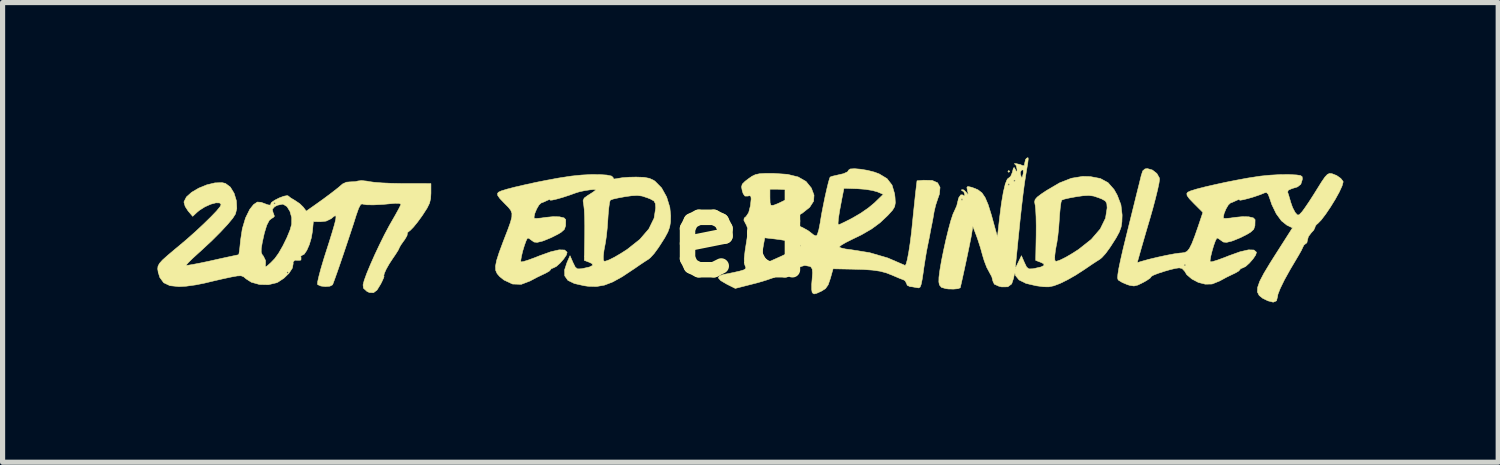
<source format=kicad_pcb>
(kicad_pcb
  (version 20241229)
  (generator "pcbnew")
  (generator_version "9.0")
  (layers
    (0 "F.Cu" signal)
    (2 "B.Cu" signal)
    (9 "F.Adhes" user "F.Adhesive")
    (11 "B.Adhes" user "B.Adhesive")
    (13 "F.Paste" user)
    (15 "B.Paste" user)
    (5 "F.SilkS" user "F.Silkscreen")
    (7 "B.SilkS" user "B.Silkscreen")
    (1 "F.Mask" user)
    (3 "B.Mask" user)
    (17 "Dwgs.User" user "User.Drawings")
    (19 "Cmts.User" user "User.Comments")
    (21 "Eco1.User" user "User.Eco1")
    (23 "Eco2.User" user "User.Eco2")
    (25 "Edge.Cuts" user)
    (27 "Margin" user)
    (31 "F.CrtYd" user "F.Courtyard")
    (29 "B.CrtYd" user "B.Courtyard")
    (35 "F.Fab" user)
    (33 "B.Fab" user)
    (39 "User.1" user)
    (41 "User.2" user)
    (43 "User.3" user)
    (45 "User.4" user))
  (footprint "ed"
    (layer "F.Cu")
    (at 11.321 1.486)
    (property "Reference" "ed" (at 0 0 0) (layer "F.SilkS") (effects (font (size 1.524 1.524) (thickness 0.3))))
    (attr through_hole)
    (fp_poly (pts (xy 5.189 -1.216) (xy 5.171 -1.197) (xy 5.153 -1.216) (xy 5.171 -1.234) (xy 5.189 -1.216)) (stroke (width 0.01) (type solid)) (fill yes) (layer "F.SilkS"))
    (fp_poly (pts (xy -2.751 -1.154) (xy -2.616 -1.145) (xy -2.526 -1.126) (xy -2.495 -1.099) (xy -2.495 -1.097) (xy -2.482 -1.068) (xy -2.416 -1.075) (xy -2.404 -1.079) (xy -2.317 -1.093) (xy -2.186 -1.103) (xy -2.05 -1.106) (xy -1.897 -1.101) (xy -1.791 -1.081) (xy -1.708 -1.043) (xy -1.681 -1.024) (xy -1.555 -0.896) (xy -1.457 -0.72) (xy -1.395 -0.518) (xy -1.379 -0.355) (xy -1.382 -0.237) (xy -1.398 -0.139) (xy -1.433 -0.042) (xy -1.494 0.071) (xy -1.589 0.22) (xy -1.623 0.271) (xy -1.699 0.375) (xy -1.773 0.456) (xy -1.81 0.486) (xy -1.875 0.527) (xy -1.977 0.595) (xy -2.094 0.676) (xy -2.095 0.676) (xy -2.316 0.823) (xy -2.5 0.925) (xy -2.661 0.987) (xy -2.815 1.014) (xy -2.975 1.01) (xy -3.054 0.999) (xy -3.245 0.956) (xy -3.37 0.895) (xy -3.431 0.808) (xy -3.434 0.692) (xy -3.388 0.552) (xy -3.329 0.417) (xy -3.27 0.553) (xy -3.227 0.639) (xy -3.184 0.673) (xy -3.112 0.671) (xy -3.084 0.666) (xy -2.951 0.636) (xy -2.89 0.605) (xy -2.899 0.573) (xy -2.95 0.547) (xy -3.052 0.508) (xy -3.051 0.445) (xy -2.684 0.445) (xy -2.682 0.509) (xy -2.658 0.528) (xy -2.595 0.508) (xy -2.56 0.493) (xy -2.465 0.445) (xy -2.339 0.371) (xy -2.222 0.296) (xy -1.976 0.101) (xy -1.802 -0.101) (xy -1.7 -0.31) (xy -1.669 -0.508) (xy -1.675 -0.592) (xy -1.703 -0.643) (xy -1.773 -0.682) (xy -1.832 -0.705) (xy -1.931 -0.738) (xy -2.023 -0.75) (xy -2.136 -0.744) (xy -2.258 -0.727) (xy -2.39 -0.703) (xy -2.493 -0.68) (xy -2.547 -0.66) (xy -2.549 -0.659) (xy -2.563 -0.613) (xy -2.577 -0.512) (xy -2.59 -0.374) (xy -2.595 -0.295) (xy -2.607 -0.125) (xy -2.624 0.037) (xy -2.642 0.162) (xy -2.648 0.193) (xy -2.671 0.315) (xy -2.684 0.426) (xy -2.684 0.445) (xy -3.051 0.445) (xy -3.044 0.027) (xy -3.043 -0.163) (xy -3.046 -0.338) (xy -3.053 -0.477) (xy -3.063 -0.565) (xy -3.064 -0.57) (xy -3.076 -0.648) (xy -3.054 -0.699) (xy -2.985 -0.75) (xy -2.961 -0.764) (xy -2.88 -0.816) (xy -2.834 -0.853) (xy -2.83 -0.859) (xy -2.862 -0.866) (xy -2.94 -0.859) (xy -3.041 -0.844) (xy -3.141 -0.823) (xy -3.211 -0.802) (xy -3.339 -0.756) (xy -3.47 -0.713) (xy -3.587 -0.68) (xy -3.674 -0.66) (xy -3.714 -0.658) (xy -3.714 -0.662) (xy -3.723 -0.674) (xy -3.761 -0.658) (xy -3.847 -0.619) (xy -3.888 -0.604) (xy -3.93 -0.565) (xy -3.975 -0.488) (xy -4.011 -0.401) (xy -4.026 -0.33) (xy -4.02 -0.307) (xy -3.979 -0.304) (xy -3.889 -0.312) (xy -3.802 -0.325) (xy -3.656 -0.339) (xy -3.532 -0.336) (xy -3.444 -0.315) (xy -3.412 -0.281) (xy -3.414 -0.165) (xy -3.438 -0.093) (xy -3.5 -0.037) (xy -3.565 0.002) (xy -3.694 0.067) (xy -3.827 0.122) (xy -3.863 0.135) (xy -3.963 0.159) (xy -4.025 0.153) (xy -4.072 0.12) (xy -4.127 0.08) (xy -4.152 0.076) (xy -4.179 0.127) (xy -4.212 0.217) (xy -4.245 0.326) (xy -4.27 0.431) (xy -4.283 0.509) (xy -4.279 0.538) (xy -4.232 0.531) (xy -4.135 0.501) (xy -4.004 0.453) (xy -3.917 0.418) (xy -3.701 0.341) (xy -3.54 0.304) (xy -3.433 0.307) (xy -3.385 0.35) (xy -3.399 0.403) (xy -3.451 0.48) (xy -3.522 0.561) (xy -3.595 0.626) (xy -3.65 0.653) (xy -3.65 0.653) (xy -3.696 0.671) (xy -3.701 0.684) (xy -3.731 0.716) (xy -3.807 0.759) (xy -3.837 0.773) (xy -3.965 0.834) (xy -4.092 0.901) (xy -4.1 0.906) (xy -4.273 0.972) (xy -4.443 0.966) (xy -4.609 0.888) (xy -4.692 0.821) (xy -4.741 0.764) (xy -4.769 0.701) (xy -4.772 0.619) (xy -4.75 0.507) (xy -4.701 0.354) (xy -4.624 0.147) (xy -4.609 0.108) (xy -4.533 -0.088) (xy -4.482 -0.23) (xy -4.456 -0.331) (xy -4.454 -0.404) (xy -4.477 -0.463) (xy -4.523 -0.521) (xy -4.593 -0.592) (xy -4.597 -0.596) (xy -4.687 -0.69) (xy -4.729 -0.749) (xy -4.733 -0.789) (xy -4.714 -0.813) (xy -4.66 -0.838) (xy -4.546 -0.873) (xy -4.387 -0.914) (xy -4.196 -0.958) (xy -3.985 -1.004) (xy -3.767 -1.047) (xy -3.556 -1.086) (xy -3.363 -1.116) (xy -3.302 -1.125) (xy -3.107 -1.145) (xy -2.919 -1.155) (xy -2.751 -1.154)) (stroke (width 0.01) (type solid)) (fill yes) (layer "F.SilkS"))
    (fp_poly (pts (xy 7.954 -1.242) (xy 8.04 -1.174) (xy 8.088 -1.089) (xy 8.091 -1.061) (xy 8.081 -0.989) (xy 8.054 -0.861) (xy 8.013 -0.694) (xy 7.962 -0.501) (xy 7.904 -0.297) (xy 7.875 -0.2) (xy 7.823 -0.023) (xy 7.767 0.171) (xy 7.729 0.303) (xy 7.659 0.552) (xy 7.739 0.528) (xy 7.882 0.488) (xy 8.049 0.448) (xy 8.22 0.411) (xy 8.373 0.382) (xy 8.487 0.366) (xy 8.519 0.364) (xy 8.577 0.357) (xy 8.626 0.332) (xy 8.67 0.278) (xy 8.717 0.185) (xy 8.772 0.044) (xy 8.842 -0.156) (xy 8.851 -0.183) (xy 8.931 -0.421) (xy 8.759 -0.593) (xy 8.668 -0.688) (xy 8.625 -0.748) (xy 8.62 -0.788) (xy 8.639 -0.813) (xy 8.694 -0.838) (xy 8.807 -0.873) (xy 8.966 -0.914) (xy 9.157 -0.958) (xy 9.368 -1.004) (xy 9.586 -1.047) (xy 9.797 -1.086) (xy 9.99 -1.116) (xy 10.051 -1.125) (xy 10.236 -1.143) (xy 10.433 -1.154) (xy 10.602 -1.155) (xy 10.614 -1.154) (xy 10.746 -1.147) (xy 10.821 -1.136) (xy 10.853 -1.115) (xy 10.858 -1.078) (xy 10.855 -1.052) (xy 10.828 -0.967) (xy 10.764 -0.916) (xy 10.657 -0.883) (xy 10.585 -0.852) (xy 10.573 -0.814) (xy 10.594 -0.75) (xy 10.623 -0.651) (xy 10.629 -0.627) (xy 10.668 -0.516) (xy 10.715 -0.426) (xy 10.722 -0.416) (xy 10.762 -0.372) (xy 10.795 -0.374) (xy 10.845 -0.426) (xy 10.859 -0.443) (xy 10.912 -0.516) (xy 10.991 -0.632) (xy 11.082 -0.774) (xy 11.14 -0.867) (xy 11.231 -1.013) (xy 11.295 -1.106) (xy 11.343 -1.157) (xy 11.384 -1.176) (xy 11.428 -1.172) (xy 11.43 -1.172) (xy 11.522 -1.136) (xy 11.602 -1.08) (xy 11.646 -1.023) (xy 11.648 -1.011) (xy 11.627 -0.934) (xy 11.573 -0.816) (xy 11.495 -0.675) (xy 11.403 -0.526) (xy 11.309 -0.387) (xy 11.222 -0.273) (xy 11.152 -0.201) (xy 11.131 -0.187) (xy 11.105 -0.146) (xy 11.103 -0.132) (xy 11.078 -0.078) (xy 11.031 -0.027) (xy 10.975 0.047) (xy 10.958 0.109) (xy 10.945 0.168) (xy 10.926 0.181) (xy 10.889 0.211) (xy 10.871 0.245) (xy 10.838 0.316) (xy 10.783 0.413) (xy 10.767 0.44) (xy 10.624 0.681) (xy 10.51 0.886) (xy 10.43 1.05) (xy 10.385 1.164) (xy 10.378 1.207) (xy 10.357 1.291) (xy 10.293 1.318) (xy 10.192 1.292) (xy 10.089 1.242) (xy 10.021 1.187) (xy 9.987 1.12) (xy 9.991 1.032) (xy 10.032 0.914) (xy 10.113 0.759) (xy 10.234 0.558) (xy 10.323 0.417) (xy 10.667 -0.122) (xy 10.557 -0.175) (xy 10.453 -0.258) (xy 10.352 -0.396) (xy 10.267 -0.572) (xy 10.231 -0.678) (xy 10.197 -0.772) (xy 10.163 -0.807) (xy 10.128 -0.801) (xy 10.043 -0.766) (xy 9.935 -0.729) (xy 9.822 -0.695) (xy 9.722 -0.669) (xy 9.656 -0.657) (xy 9.639 -0.662) (xy 9.63 -0.674) (xy 9.592 -0.658) (xy 9.506 -0.619) (xy 9.465 -0.604) (xy 9.423 -0.565) (xy 9.378 -0.488) (xy 9.342 -0.401) (xy 9.327 -0.33) (xy 9.333 -0.307) (xy 9.374 -0.304) (xy 9.464 -0.312) (xy 9.552 -0.325) (xy 9.697 -0.339) (xy 9.821 -0.336) (xy 9.909 -0.315) (xy 9.942 -0.281) (xy 9.939 -0.165) (xy 9.915 -0.093) (xy 9.853 -0.037) (xy 9.788 0.002) (xy 9.66 0.067) (xy 9.526 0.122) (xy 9.49 0.135) (xy 9.391 0.159) (xy 9.328 0.153) (xy 9.281 0.12) (xy 9.226 0.08) (xy 9.202 0.076) (xy 9.174 0.127) (xy 9.141 0.217) (xy 9.109 0.326) (xy 9.083 0.431) (xy 9.07 0.509) (xy 9.075 0.538) (xy 9.121 0.531) (xy 9.218 0.501) (xy 9.349 0.453) (xy 9.437 0.418) (xy 9.652 0.341) (xy 9.814 0.304) (xy 9.92 0.307) (xy 9.969 0.35) (xy 9.954 0.403) (xy 9.902 0.48) (xy 9.831 0.561) (xy 9.759 0.626) (xy 9.704 0.653) (xy 9.703 0.653) (xy 9.657 0.671) (xy 9.652 0.684) (xy 9.622 0.716) (xy 9.547 0.759) (xy 9.516 0.773) (xy 9.388 0.835) (xy 9.261 0.904) (xy 9.253 0.908) (xy 9.109 0.966) (xy 8.977 0.969) (xy 8.843 0.935) (xy 8.716 0.868) (xy 8.618 0.784) (xy 8.579 0.719) (xy 8.528 0.665) (xy 8.471 0.653) (xy 8.399 0.663) (xy 8.295 0.688) (xy 8.177 0.722) (xy 8.064 0.759) (xy 7.975 0.794) (xy 7.929 0.82) (xy 7.927 0.827) (xy 7.908 0.852) (xy 7.841 0.898) (xy 7.777 0.934) (xy 7.671 0.986) (xy 7.596 1.004) (xy 7.519 0.993) (xy 7.469 0.978) (xy 7.369 0.936) (xy 7.297 0.892) (xy 7.288 0.883) (xy 7.279 0.849) (xy 7.284 0.778) (xy 7.302 0.665) (xy 7.316 0.599) (xy 8.563 0.599) (xy 8.582 0.617) (xy 8.6 0.599) (xy 8.582 0.581) (xy 8.563 0.599) (xy 7.316 0.599) (xy 7.336 0.502) (xy 7.386 0.283) (xy 7.455 0.003) (xy 7.476 -0.082) (xy 7.539 -0.337) (xy 7.598 -0.575) (xy 7.65 -0.786) (xy 7.693 -0.957) (xy 7.723 -1.079) (xy 7.736 -1.134) (xy 7.766 -1.226) (xy 7.81 -1.264) (xy 7.857 -1.27) (xy 7.954 -1.242)) (stroke (width 0.01) (type solid)) (fill yes) (layer "F.SilkS"))
    (fp_poly (pts (xy 5.546 -1.478) (xy 5.547 -1.448) (xy 5.539 -1.379) (xy 5.519 -1.259) (xy 5.498 -1.134) (xy 5.474 -0.977) (xy 5.447 -0.773) (xy 5.42 -0.544) (xy 5.395 -0.317) (xy 5.39 -0.272) (xy 5.369 -0.062) (xy 5.348 0.14) (xy 5.331 0.315) (xy 5.318 0.443) (xy 5.315 0.472) (xy 5.294 0.671) (xy 5.416 0.417) (xy 5.475 0.553) (xy 5.517 0.639) (xy 5.561 0.673) (xy 5.632 0.671) (xy 5.661 0.666) (xy 5.793 0.636) (xy 5.855 0.605) (xy 5.846 0.573) (xy 5.794 0.547) (xy 5.692 0.508) (xy 5.693 0.445) (xy 6.061 0.445) (xy 6.063 0.509) (xy 6.086 0.528) (xy 6.15 0.508) (xy 6.185 0.493) (xy 6.28 0.445) (xy 6.406 0.371) (xy 6.523 0.296) (xy 6.769 0.101) (xy 6.943 -0.101) (xy 7.045 -0.31) (xy 7.076 -0.508) (xy 7.07 -0.592) (xy 7.042 -0.643) (xy 6.972 -0.682) (xy 6.913 -0.705) (xy 6.814 -0.738) (xy 6.722 -0.75) (xy 6.609 -0.744) (xy 6.487 -0.727) (xy 6.354 -0.703) (xy 6.252 -0.68) (xy 6.198 -0.66) (xy 6.196 -0.659) (xy 6.182 -0.613) (xy 6.168 -0.512) (xy 6.155 -0.374) (xy 6.15 -0.295) (xy 6.138 -0.125) (xy 6.121 0.037) (xy 6.103 0.162) (xy 6.096 0.193) (xy 6.074 0.315) (xy 6.061 0.426) (xy 6.061 0.445) (xy 5.693 0.445) (xy 5.701 0.027) (xy 5.702 -0.163) (xy 5.699 -0.336) (xy 5.692 -0.475) (xy 5.683 -0.561) (xy 5.681 -0.567) (xy 5.671 -0.625) (xy 5.681 -0.67) (xy 5.721 -0.717) (xy 5.803 -0.779) (xy 5.902 -0.845) (xy 6.154 -0.993) (xy 6.383 -1.083) (xy 6.603 -1.119) (xy 6.75 -1.115) (xy 6.945 -1.078) (xy 7.093 -0.998) (xy 7.21 -0.865) (xy 7.272 -0.755) (xy 7.343 -0.57) (xy 7.366 -0.376) (xy 7.366 -0.355) (xy 7.362 -0.237) (xy 7.347 -0.139) (xy 7.312 -0.042) (xy 7.251 0.071) (xy 7.156 0.22) (xy 7.122 0.271) (xy 7.046 0.375) (xy 6.973 0.455) (xy 6.935 0.486) (xy 6.873 0.525) (xy 6.771 0.592) (xy 6.648 0.676) (xy 6.61 0.701) (xy 6.461 0.797) (xy 6.304 0.886) (xy 6.169 0.952) (xy 6.156 0.958) (xy 6.041 1.001) (xy 5.947 1.02) (xy 5.845 1.019) (xy 5.703 1) (xy 5.505 0.954) (xy 5.37 0.887) (xy 5.301 0.802) (xy 5.293 0.765) (xy 5.285 0.76) (xy 5.271 0.813) (xy 5.265 0.849) (xy 5.227 0.964) (xy 5.152 1.02) (xy 5.035 1.022) (xy 4.98 1.009) (xy 4.891 0.969) (xy 4.862 0.907) (xy 4.862 0.905) (xy 4.842 0.825) (xy 4.792 0.734) (xy 4.792 0.733) (xy 4.744 0.644) (xy 4.695 0.516) (xy 4.665 0.417) (xy 4.622 0.262) (xy 4.57 0.102) (xy 4.542 0.023) (xy 4.474 -0.154) (xy 4.45 0.005) (xy 4.437 0.076) (xy 4.413 0.195) (xy 4.382 0.345) (xy 4.347 0.512) (xy 4.311 0.679) (xy 4.278 0.83) (xy 4.251 0.951) (xy 4.234 1.024) (xy 4.23 1.039) (xy 4.188 1.056) (xy 4.103 1.064) (xy 4.003 1.062) (xy 3.955 1.056) (xy 3.867 1.031) (xy 3.827 0.983) (xy 3.816 0.926) (xy 3.818 0.835) (xy 3.837 0.691) (xy 3.868 0.511) (xy 3.909 0.309) (xy 3.955 0.101) (xy 4.003 -0.095) (xy 4.049 -0.264) (xy 4.091 -0.391) (xy 4.119 -0.451) (xy 4.163 -0.549) (xy 4.179 -0.617) (xy 4.193 -0.671) (xy 4.245 -0.671) (xy 4.264 -0.653) (xy 4.282 -0.671) (xy 4.264 -0.689) (xy 4.245 -0.671) (xy 4.193 -0.671) (xy 4.204 -0.71) (xy 4.242 -0.762) (xy 4.281 -0.76) (xy 4.29 -0.749) (xy 4.312 -0.738) (xy 4.317 -0.771) (xy 4.298 -0.825) (xy 4.276 -0.835) (xy 4.253 -0.851) (xy 4.26 -0.862) (xy 4.299 -0.857) (xy 4.342 -0.816) (xy 4.379 -0.77) (xy 4.385 -0.783) (xy 4.371 -0.841) (xy 4.359 -0.904) (xy 4.377 -0.924) (xy 4.442 -0.91) (xy 4.477 -0.899) (xy 4.574 -0.859) (xy 4.651 -0.8) (xy 4.713 -0.708) (xy 4.771 -0.572) (xy 4.831 -0.38) (xy 4.846 -0.327) (xy 4.951 0.054) (xy 4.994 -0.327) (xy 5.029 -0.601) (xy 5.066 -0.818) (xy 5.101 -0.962) (xy 5.153 -0.962) (xy 5.171 -0.943) (xy 5.189 -0.962) (xy 5.171 -0.98) (xy 5.153 -0.962) (xy 5.101 -0.962) (xy 5.104 -0.975) (xy 5.129 -1.034) (xy 5.261 -1.034) (xy 5.28 -1.016) (xy 5.298 -1.034) (xy 5.28 -1.052) (xy 5.261 -1.034) (xy 5.129 -1.034) (xy 5.142 -1.066) (xy 5.171 -1.089) (xy 5.208 -1.12) (xy 5.24 -1.197) (xy 5.242 -1.206) (xy 5.261 -1.281) (xy 5.278 -1.29) (xy 5.298 -1.252) (xy 5.322 -1.202) (xy 5.322 -1.202) (xy 5.394 -1.202) (xy 5.397 -1.159) (xy 5.417 -1.098) (xy 5.434 -1.106) (xy 5.451 -1.176) (xy 5.452 -1.24) (xy 5.423 -1.246) (xy 5.394 -1.202) (xy 5.322 -1.202) (xy 5.33 -1.221) (xy 5.331 -1.258) (xy 5.315 -1.329) (xy 5.289 -1.355) (xy 5.28 -1.367) (xy 5.316 -1.366) (xy 5.4 -1.346) (xy 5.434 -1.33) (xy 5.471 -1.33) (xy 5.479 -1.375) (xy 5.495 -1.445) (xy 5.515 -1.47) (xy 5.535 -1.481) (xy 5.546 -1.478)) (stroke (width 0.01) (type solid)) (fill yes) (layer "F.SilkS"))
    (fp_poly (pts (xy 2.301 -1.258) (xy 2.434 -1.236) (xy 2.564 -1.203) (xy 2.659 -1.168) (xy 2.812 -1.076) (xy 2.909 -0.951) (xy 2.959 -0.782) (xy 2.967 -0.713) (xy 2.973 -0.607) (xy 2.96 -0.533) (xy 2.919 -0.465) (xy 2.838 -0.375) (xy 2.825 -0.361) (xy 2.676 -0.221) (xy 2.513 -0.101) (xy 2.316 0.013) (xy 2.132 0.102) (xy 2.014 0.161) (xy 1.927 0.212) (xy 1.888 0.245) (xy 1.887 0.248) (xy 1.92 0.267) (xy 2.006 0.287) (xy 2.12 0.302) (xy 2.476 0.359) (xy 2.826 0.461) (xy 3.142 0.597) (xy 3.161 0.608) (xy 3.181 0.582) (xy 3.205 0.495) (xy 3.232 0.355) (xy 3.26 0.172) (xy 3.287 -0.043) (xy 3.303 -0.2) (xy 3.322 -0.39) (xy 3.342 -0.58) (xy 3.359 -0.742) (xy 3.367 -0.816) (xy 3.393 -1.034) (xy 3.522 -1.045) (xy 3.687 -1.041) (xy 3.792 -0.995) (xy 3.839 -0.907) (xy 3.827 -0.776) (xy 3.795 -0.685) (xy 3.754 -0.561) (xy 3.723 -0.429) (xy 3.722 -0.421) (xy 3.703 -0.308) (xy 3.685 -0.214) (xy 3.683 -0.203) (xy 3.663 -0.105) (xy 3.65 -0.036) (xy 3.633 0.056) (xy 3.608 0.178) (xy 3.6 0.218) (xy 3.578 0.329) (xy 3.552 0.485) (xy 3.525 0.657) (xy 3.517 0.719) (xy 3.493 0.876) (xy 3.473 0.974) (xy 3.453 1.025) (xy 3.427 1.041) (xy 3.394 1.037) (xy 3.301 1.02) (xy 3.257 1.016) (xy 3.203 0.99) (xy 3.193 0.96) (xy 3.163 0.903) (xy 3.13 0.884) (xy 3.058 0.857) (xy 2.955 0.813) (xy 2.913 0.795) (xy 2.798 0.75) (xy 2.678 0.718) (xy 2.534 0.697) (xy 2.352 0.684) (xy 2.126 0.678) (xy 1.767 0.671) (xy 1.714 0.86) (xy 1.672 0.981) (xy 1.62 1.055) (xy 1.542 1.104) (xy 1.542 1.104) (xy 1.449 1.146) (xy 1.399 1.158) (xy 1.372 1.141) (xy 1.361 1.125) (xy 1.353 1.072) (xy 1.353 0.971) (xy 1.361 0.874) (xy 1.37 0.749) (xy 1.363 0.675) (xy 1.338 0.636) (xy 1.321 0.625) (xy 1.218 0.606) (xy 1.093 0.643) (xy 1.035 0.677) (xy 0.956 0.716) (xy 0.908 0.726) (xy 0.842 0.742) (xy 0.746 0.783) (xy 0.715 0.799) (xy 0.62 0.84) (xy 0.478 0.889) (xy 0.312 0.939) (xy 0.226 0.961) (xy -0.127 1.051) (xy -0.289 0.97) (xy -0.408 0.901) (xy -0.456 0.847) (xy -0.436 0.808) (xy -0.356 0.782) (xy -0.166 0.744) (xy -0.038 0.715) (xy 0.038 0.692) (xy 0.073 0.669) (xy 0.077 0.643) (xy 0.065 0.618) (xy 0.047 0.563) (xy 0.047 0.55) (xy 0.375 0.55) (xy 0.387 0.578) (xy 0.397 0.581) (xy 0.445 0.566) (xy 0.542 0.527) (xy 0.673 0.469) (xy 0.776 0.422) (xy 0.919 0.352) (xy 1.038 0.29) (xy 1.116 0.244) (xy 1.138 0.226) (xy 1.12 0.197) (xy 1.04 0.165) (xy 0.907 0.134) (xy 0.732 0.105) (xy 0.63 0.092) (xy 0.444 0.071) (xy 0.422 0.19) (xy 0.391 0.366) (xy 0.376 0.483) (xy 0.375 0.55) (xy 0.047 0.55) (xy 0.046 0.47) (xy 0.062 0.328) (xy 0.078 0.224) (xy 0.103 0.065) (xy 0.114 -0.042) (xy 0.11 -0.113) (xy 0.093 -0.167) (xy 0.075 -0.2) (xy 0.039 -0.27) (xy 0.046 -0.311) (xy 0.083 -0.343) (xy 0.132 -0.417) (xy 0.165 -0.546) (xy 0.169 -0.574) (xy 0.18 -0.681) (xy 0.175 -0.733) (xy 0.149 -0.745) (xy 0.116 -0.738) (xy 0.06 -0.738) (xy 0.026 -0.784) (xy 0.008 -0.84) (xy 0.002 -0.871) (xy 0.544 -0.871) (xy 0.544 -0.705) (xy 0.547 -0.605) (xy 0.562 -0.561) (xy 0.598 -0.557) (xy 0.626 -0.564) (xy 0.705 -0.595) (xy 0.815 -0.648) (xy 0.88 -0.681) (xy 0.976 -0.737) (xy 1.038 -0.782) (xy 1.052 -0.8) (xy 1.019 -0.825) (xy 0.933 -0.848) (xy 0.814 -0.865) (xy 0.685 -0.871) (xy 0.544 -0.871) (xy 0.002 -0.871) (xy -0.006 -0.916) (xy 0.008 -0.969) (xy 0.063 -1.024) (xy 0.123 -1.07) (xy 0.196 -1.121) (xy 0.262 -1.153) (xy 0.34 -1.17) (xy 0.45 -1.177) (xy 0.612 -1.177) (xy 0.616 -1.177) (xy 0.883 -1.159) (xy 1.091 -1.108) (xy 1.243 -1.021) (xy 1.346 -0.894) (xy 1.398 -0.756) (xy 1.39 -0.639) (xy 1.314 -0.521) (xy 1.171 -0.407) (xy 1.062 -0.345) (xy 0.857 -0.242) (xy 1.048 -0.18) (xy 1.172 -0.13) (xy 1.279 -0.071) (xy 1.32 -0.041) (xy 1.389 0.014) (xy 1.441 0.036) (xy 1.464 0.003) (xy 1.491 -0.085) (xy 1.515 -0.208) (xy 1.863 -0.208) (xy 1.872 -0.181) (xy 1.912 -0.197) (xy 2 -0.239) (xy 2.118 -0.299) (xy 2.153 -0.318) (xy 2.305 -0.407) (xy 2.457 -0.513) (xy 2.575 -0.611) (xy 2.576 -0.613) (xy 2.74 -0.772) (xy 2.622 -0.821) (xy 2.526 -0.847) (xy 2.388 -0.869) (xy 2.242 -0.88) (xy 1.978 -0.889) (xy 1.938 -0.689) (xy 1.895 -0.46) (xy 1.87 -0.3) (xy 1.863 -0.208) (xy 1.515 -0.208) (xy 1.516 -0.21) (xy 1.521 -0.245) (xy 1.545 -0.389) (xy 1.577 -0.553) (xy 1.611 -0.721) (xy 1.646 -0.876) (xy 1.677 -1.003) (xy 1.701 -1.085) (xy 1.711 -1.106) (xy 1.753 -1.122) (xy 1.824 -1.138) (xy 1.971 -1.172) (xy 2.05 -1.209) (xy 2.068 -1.241) (xy 2.1 -1.263) (xy 2.184 -1.268) (xy 2.301 -1.258)) (stroke (width 0.01) (type solid)) (fill yes) (layer "F.SilkS"))
    (fp_poly (pts (xy -7.261 -1.027) (xy -7.218 -1.018) (xy -7.122 -1.005) (xy -6.973 -0.993) (xy -6.788 -0.985) (xy -6.588 -0.981) (xy -6.54 -0.981) (xy -6.023 -0.98) (xy -6.023 -0.793) (xy -6.029 -0.69) (xy -6.05 -0.601) (xy -6.097 -0.505) (xy -6.179 -0.378) (xy -6.195 -0.354) (xy -6.283 -0.233) (xy -6.364 -0.134) (xy -6.423 -0.074) (xy -6.434 -0.066) (xy -6.479 -0.029) (xy -6.48 -0.009) (xy -6.487 0.03) (xy -6.529 0.102) (xy -6.55 0.13) (xy -6.607 0.211) (xy -6.638 0.266) (xy -6.64 0.274) (xy -6.66 0.315) (xy -6.711 0.395) (xy -6.763 0.471) (xy -6.831 0.575) (xy -6.889 0.677) (xy -6.927 0.762) (xy -6.937 0.811) (xy -6.931 0.816) (xy -6.939 0.845) (xy -6.972 0.918) (xy -6.996 0.966) (xy -7.067 1.082) (xy -7.135 1.134) (xy -7.214 1.131) (xy -7.261 1.11) (xy -7.33 1.047) (xy -7.338 0.982) (xy -7.316 0.897) (xy -7.267 0.762) (xy -7.196 0.591) (xy -7.111 0.399) (xy -7.017 0.2) (xy -6.922 0.008) (xy -6.831 -0.163) (xy -6.791 -0.233) (xy -6.713 -0.369) (xy -6.65 -0.483) (xy -6.612 -0.558) (xy -6.604 -0.581) (xy -6.636 -0.596) (xy -6.715 -0.598) (xy -6.74 -0.596) (xy -6.956 -0.576) (xy -7.136 -0.567) (xy -7.269 -0.569) (xy -7.344 -0.582) (xy -7.352 -0.586) (xy -7.383 -0.577) (xy -7.423 -0.503) (xy -7.473 -0.361) (xy -7.475 -0.354) (xy -7.522 -0.205) (xy -7.581 -0.026) (xy -7.646 0.169) (xy -7.713 0.369) (xy -7.778 0.56) (xy -7.837 0.73) (xy -7.885 0.865) (xy -7.918 0.954) (xy -7.93 0.982) (xy -7.981 1.008) (xy -8.067 1.015) (xy -8.155 1.005) (xy -8.214 0.979) (xy -8.221 0.969) (xy -8.217 0.919) (xy -8.193 0.814) (xy -8.154 0.667) (xy -8.102 0.492) (xy -8.078 0.415) (xy -7.994 0.153) (xy -7.932 -0.048) (xy -7.89 -0.192) (xy -7.867 -0.287) (xy -7.862 -0.34) (xy -7.874 -0.358) (xy -7.901 -0.346) (xy -7.943 -0.311) (xy -7.956 -0.3) (xy -8.053 -0.253) (xy -8.163 -0.241) (xy -8.301 -0.244) (xy -8.318 -0.059) (xy -8.34 0.072) (xy -8.379 0.203) (xy -8.428 0.314) (xy -8.478 0.388) (xy -8.519 0.409) (xy -8.545 0.427) (xy -8.539 0.457) (xy -8.541 0.502) (xy -8.568 0.506) (xy -8.659 0.505) (xy -8.693 0.539) (xy -8.692 0.574) (xy -8.708 0.658) (xy -8.773 0.757) (xy -8.871 0.853) (xy -8.986 0.929) (xy -9.011 0.941) (xy -9.171 0.979) (xy -9.344 0.975) (xy -9.502 0.931) (xy -9.602 0.867) (xy -9.652 0.825) (xy -9.702 0.806) (xy -9.774 0.809) (xy -9.891 0.83) (xy -9.914 0.835) (xy -10.072 0.869) (xy -10.257 0.912) (xy -10.411 0.949) (xy -10.582 0.983) (xy -10.763 1.008) (xy -10.903 1.016) (xy -11.079 0.998) (xy -11.2 0.941) (xy -11.276 0.837) (xy -11.304 0.744) (xy -8.817 0.744) (xy -8.799 0.762) (xy -8.781 0.744) (xy -8.799 0.726) (xy -8.817 0.744) (xy -11.304 0.744) (xy -11.307 0.733) (xy -11.316 0.673) (xy -11.31 0.621) (xy -11.282 0.567) (xy -11.223 0.501) (xy -11.126 0.414) (xy -10.984 0.294) (xy -10.922 0.243) (xy -10.749 0.097) (xy -10.579 -0.054) (xy -10.422 -0.201) (xy -10.285 -0.335) (xy -10.177 -0.447) (xy -10.109 -0.53) (xy -10.087 -0.571) (xy -10.115 -0.605) (xy -10.188 -0.607) (xy -10.289 -0.58) (xy -10.401 -0.53) (xy -10.507 -0.463) (xy -10.553 -0.425) (xy -10.638 -0.345) (xy -10.727 -0.449) (xy -10.784 -0.537) (xy -10.807 -0.618) (xy -10.806 -0.629) (xy -10.76 -0.72) (xy -10.659 -0.811) (xy -10.522 -0.891) (xy -10.366 -0.955) (xy -10.209 -0.993) (xy -10.069 -0.998) (xy -10.004 -0.983) (xy -9.909 -0.912) (xy -9.836 -0.792) (xy -9.792 -0.647) (xy -9.784 -0.498) (xy -9.81 -0.391) (xy -9.862 -0.309) (xy -9.962 -0.189) (xy -10.1 -0.041) (xy -10.267 0.126) (xy -10.456 0.302) (xy -10.539 0.377) (xy -10.644 0.473) (xy -10.722 0.55) (xy -10.762 0.597) (xy -10.765 0.605) (xy -10.726 0.602) (xy -10.63 0.586) (xy -10.489 0.559) (xy -10.317 0.523) (xy -10.256 0.509) (xy -10.077 0.469) (xy -9.924 0.436) (xy -9.812 0.412) (xy -9.754 0.4) (xy -9.748 0.399) (xy -9.739 0.366) (xy -9.737 0.351) (xy -9.311 0.351) (xy -9.291 0.399) (xy -9.27 0.423) (xy -9.227 0.511) (xy -9.227 0.568) (xy -9.232 0.626) (xy -9.208 0.624) (xy -9.186 0.608) (xy -9.121 0.549) (xy -9.047 0.472) (xy -8.973 0.369) (xy -8.891 0.226) (xy -8.813 0.067) (xy -8.752 -0.082) (xy -8.721 -0.192) (xy -8.72 -0.32) (xy -8.754 -0.441) (xy -8.811 -0.534) (xy -8.884 -0.579) (xy -8.899 -0.581) (xy -8.997 -0.56) (xy -9.051 -0.532) (xy -9.095 -0.482) (xy -9.082 -0.419) (xy -9.076 -0.408) (xy -9.055 -0.347) (xy -9.085 -0.316) (xy -9.101 -0.311) (xy -9.154 -0.269) (xy -9.203 -0.175) (xy -9.25 -0.022) (xy -9.289 0.154) (xy -9.31 0.277) (xy -9.311 0.351) (xy -9.737 0.351) (xy -9.727 0.278) (xy -9.714 0.153) (xy -9.712 0.125) (xy -9.677 -0.105) (xy -9.615 -0.313) (xy -9.533 -0.48) (xy -9.459 -0.573) (xy -9.386 -0.622) (xy -9.314 -0.617) (xy -9.289 -0.608) (xy -9.178 -0.567) (xy -9.126 -0.562) (xy -9.127 -0.583) (xy -9.119 -0.599) (xy -9.071 -0.599) (xy -9.053 -0.581) (xy -9.035 -0.599) (xy -9.053 -0.617) (xy -9.071 -0.599) (xy -9.119 -0.599) (xy -9.111 -0.615) (xy -9.048 -0.658) (xy -8.961 -0.702) (xy -8.873 -0.735) (xy -8.807 -0.747) (xy -8.787 -0.74) (xy -8.74 -0.702) (xy -8.66 -0.654) (xy -8.658 -0.653) (xy -8.564 -0.59) (xy -8.496 -0.523) (xy -8.438 -0.446) (xy -8.256 -0.574) (xy -8.101 -0.685) (xy -7.951 -0.797) (xy -7.823 -0.897) (xy -7.736 -0.971) (xy -7.734 -0.973) (xy -7.66 -1.007) (xy -7.588 -1.013) (xy -7.493 -1.017) (xy -7.436 -1.03) (xy -7.367 -1.038) (xy -7.261 -1.027)) (stroke (width 0.01) (type solid)) (fill yes) (layer "F.SilkS")))
  (gr_rect
    (start -3 -3)
    (end 25.973 5.904)
    (stroke (width 0.1) (type default))
    (fill no)
    (layer "Edge.Cuts")))
</source>
